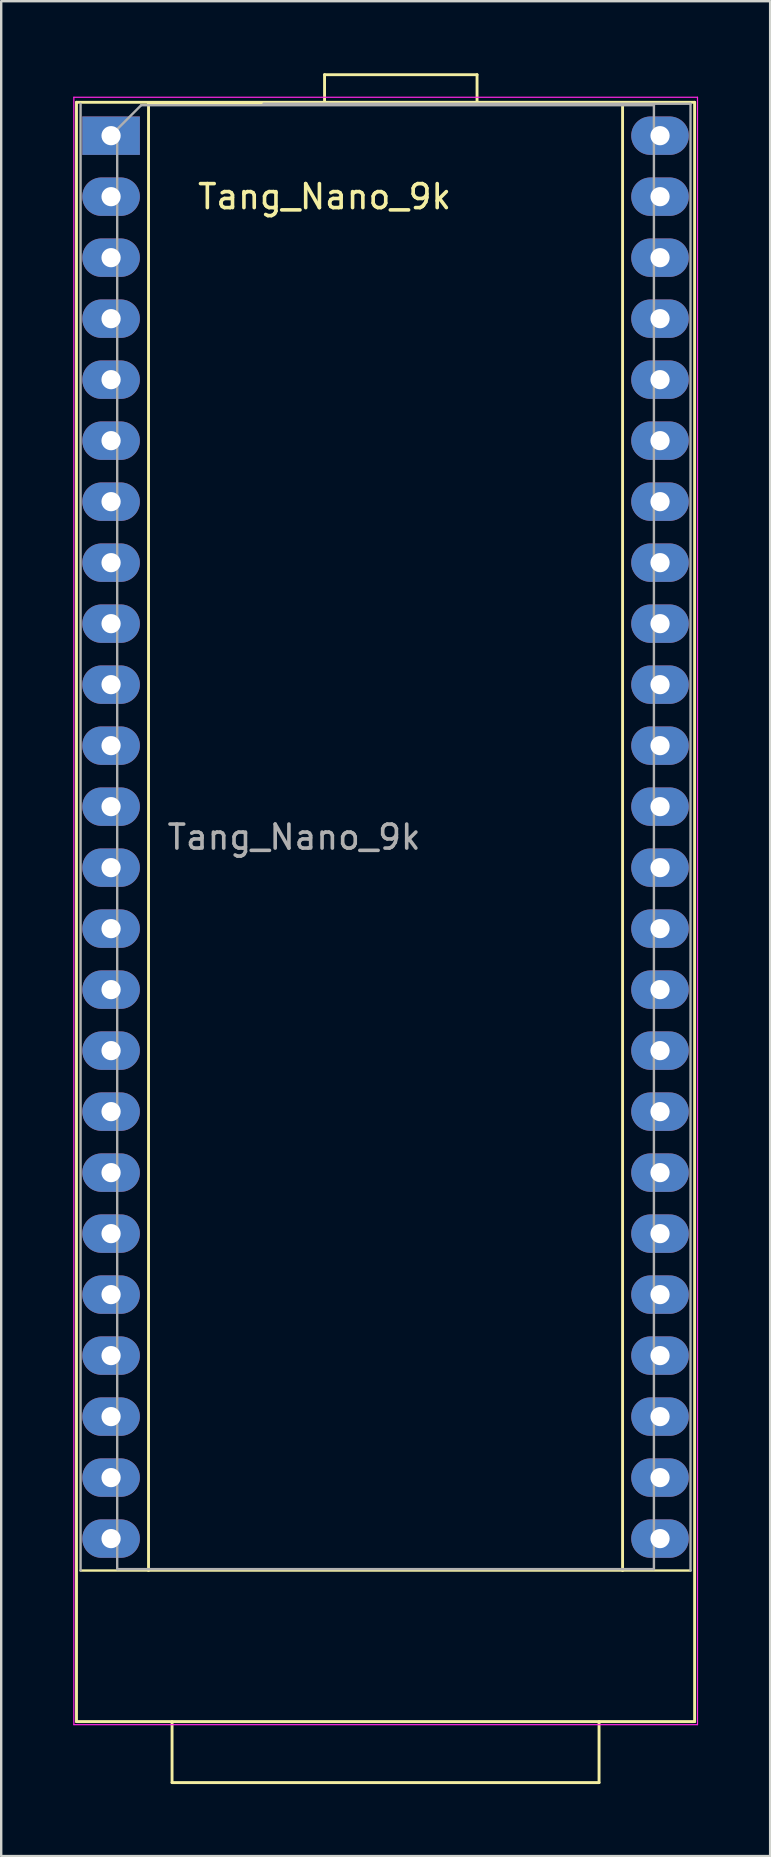
<source format=kicad_pcb>
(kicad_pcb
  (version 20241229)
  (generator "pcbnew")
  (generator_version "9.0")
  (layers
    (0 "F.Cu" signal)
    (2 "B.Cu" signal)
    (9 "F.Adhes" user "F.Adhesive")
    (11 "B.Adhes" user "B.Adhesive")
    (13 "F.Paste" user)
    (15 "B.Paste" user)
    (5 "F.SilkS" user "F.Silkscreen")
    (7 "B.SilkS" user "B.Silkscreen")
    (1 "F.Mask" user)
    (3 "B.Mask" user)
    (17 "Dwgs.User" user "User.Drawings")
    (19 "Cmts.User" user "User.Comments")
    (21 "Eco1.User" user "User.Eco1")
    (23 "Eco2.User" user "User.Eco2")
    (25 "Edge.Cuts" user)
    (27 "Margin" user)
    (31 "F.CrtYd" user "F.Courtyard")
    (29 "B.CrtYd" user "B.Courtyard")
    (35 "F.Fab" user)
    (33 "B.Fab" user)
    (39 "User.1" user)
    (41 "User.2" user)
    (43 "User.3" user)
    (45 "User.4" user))
  (footprint "Tang_Nano_9k"
    (layer "F.Cu")
    (at 1.575 2.6)
    (property "Reference" "Tang_Nano_9k" (at 8.89 2.54 0) (layer "F.SilkS") (effects (font (size 1 1) (thickness 0.15))))
    (attr through_hole)
    (fp_line (start -1.44 -1.39) (end -1.44 66.04) (stroke (width 0.12) (type solid)) (layer "F.SilkS"))
    (fp_line (start -1.44 66.04) (end 24.3 66.04) (stroke (width 0.12) (type solid)) (layer "F.SilkS"))
    (fp_line (start -1.27 59.75) (end 24.13 59.75) (stroke (width 0.1) (type solid)) (layer "F.SilkS"))
    (fp_line (start 1.56 -1.33) (end 1.56 59.75) (stroke (width 0.12) (type solid)) (layer "F.SilkS"))
    (fp_line (start 2.54 66.04) (end 2.54 68.58) (stroke (width 0.12) (type solid)) (layer "F.SilkS"))
    (fp_line (start 2.54 68.58) (end 20.32 68.58) (stroke (width 0.12) (type solid)) (layer "F.SilkS"))
    (fp_line (start 8.89 -2.54) (end 15.24 -2.54) (stroke (width 0.12) (type solid)) (layer "F.SilkS"))
    (fp_line (start 8.89 -1.33) (end 8.89 -2.54) (stroke (width 0.12) (type solid)) (layer "F.SilkS"))
    (fp_line (start 15.24 -2.54) (end 15.24 -1.397) (stroke (width 0.12) (type solid)) (layer "F.SilkS"))
    (fp_line (start 16.51 -1.33) (end 1.56 -1.33) (stroke (width 0.12) (type solid)) (layer "F.SilkS"))
    (fp_line (start 20.32 68.58) (end 20.32 66.04) (stroke (width 0.12) (type solid)) (layer "F.SilkS"))
    (fp_line (start 21.3 -1.33) (end 16.24 -1.33) (stroke (width 0.12) (type solid)) (layer "F.SilkS"))
    (fp_line (start 21.3 59.75) (end 21.3 -1.33) (stroke (width 0.12) (type solid)) (layer "F.SilkS"))
    (fp_line (start 24.3 -1.39) (end -1.44 -1.39) (stroke (width 0.12) (type solid)) (layer "F.SilkS"))
    (fp_line (start 24.3 66.04) (end 24.3 -1.39) (stroke (width 0.12) (type solid)) (layer "F.SilkS"))
    (fp_line (start -1.55 -1.6) (end -1.55 66.167) (stroke (width 0.05) (type solid)) (layer "F.CrtYd"))
    (fp_line (start -1.55 66.167) (end 24.42 66.167) (stroke (width 0.05) (type solid)) (layer "F.CrtYd"))
    (fp_line (start 24.42 -1.6) (end -1.55 -1.6) (stroke (width 0.05) (type solid)) (layer "F.CrtYd"))
    (fp_line (start 24.42 66.167) (end 24.42 -1.6) (stroke (width 0.05) (type solid)) (layer "F.CrtYd"))
    (fp_line (start -1.27 -1.33) (end -1.27 59.75) (stroke (width 0.1) (type solid)) (layer "F.Fab"))
    (fp_line (start 0.255 -0.27) (end 1.255 -1.27) (stroke (width 0.1) (type solid)) (layer "F.Fab"))
    (fp_line (start 0.255 59.69) (end 0.255 -0.27) (stroke (width 0.1) (type solid)) (layer "F.Fab"))
    (fp_line (start 1.255 -1.27) (end 22.605 -1.27) (stroke (width 0.1) (type solid)) (layer "F.Fab"))
    (fp_line (start 22.605 -1.27) (end 22.605 59.69) (stroke (width 0.1) (type solid)) (layer "F.Fab"))
    (fp_line (start 22.605 59.69) (end 0.255 59.69) (stroke (width 0.1) (type solid)) (layer "F.Fab"))
    (fp_line (start 24.13 -1.33) (end 6.35 -1.33) (stroke (width 0.1) (type solid)) (layer "F.Fab"))
    (fp_line (start 24.13 59.75) (end 24.13 -1.33) (stroke (width 0.1) (type solid)) (layer "F.Fab"))
    (fp_text user "${REFERENCE}" (at 7.62 29.21 0) (layer "F.Fab") (effects (font (size 1 1) (thickness 0.15))))
    (pad "1" thru_hole rect (at 0 0) (size 2.4 1.6) (drill 0.8) (layers "*.Cu" "*.Mask"))
    (pad "2" thru_hole oval (at 0 2.54) (size 2.4 1.6) (drill 0.8) (layers "*.Cu" "*.Mask"))
    (pad "3" thru_hole oval (at 0 5.08) (size 2.4 1.6) (drill 0.8) (layers "*.Cu" "*.Mask"))
    (pad "4" thru_hole oval (at 0 7.62) (size 2.4 1.6) (drill 0.8) (layers "*.Cu" "*.Mask"))
    (pad "5" thru_hole oval (at 0 10.16) (size 2.4 1.6) (drill 0.8) (layers "*.Cu" "*.Mask"))
    (pad "6" thru_hole oval (at 0 12.7) (size 2.4 1.6) (drill 0.8) (layers "*.Cu" "*.Mask"))
    (pad "7" thru_hole oval (at 0 15.24) (size 2.4 1.6) (drill 0.8) (layers "*.Cu" "*.Mask"))
    (pad "8" thru_hole oval (at 0 17.78) (size 2.4 1.6) (drill 0.8) (layers "*.Cu" "*.Mask"))
    (pad "9" thru_hole oval (at 0 20.32) (size 2.4 1.6) (drill 0.8) (layers "*.Cu" "*.Mask"))
    (pad "10" thru_hole oval (at 0 22.86) (size 2.4 1.6) (drill 0.8) (layers "*.Cu" "*.Mask"))
    (pad "11" thru_hole oval (at 0 25.4) (size 2.4 1.6) (drill 0.8) (layers "*.Cu" "*.Mask"))
    (pad "12" thru_hole oval (at 0 27.94) (size 2.4 1.6) (drill 0.8) (layers "*.Cu" "*.Mask"))
    (pad "13" thru_hole oval (at 0 30.48) (size 2.4 1.6) (drill 0.8) (layers "*.Cu" "*.Mask"))
    (pad "14" thru_hole oval (at 0 33.02) (size 2.4 1.6) (drill 0.8) (layers "*.Cu" "*.Mask"))
    (pad "15" thru_hole oval (at 0 35.56) (size 2.4 1.6) (drill 0.8) (layers "*.Cu" "*.Mask"))
    (pad "16" thru_hole oval (at 0 38.1) (size 2.4 1.6) (drill 0.8) (layers "*.Cu" "*.Mask"))
    (pad "17" thru_hole oval (at 0 40.64) (size 2.4 1.6) (drill 0.8) (layers "*.Cu" "*.Mask"))
    (pad "18" thru_hole oval (at 0 43.18) (size 2.4 1.6) (drill 0.8) (layers "*.Cu" "*.Mask"))
    (pad "19" thru_hole oval (at 0 45.72) (size 2.4 1.6) (drill 0.8) (layers "*.Cu" "*.Mask"))
    (pad "20" thru_hole oval (at 0 48.26) (size 2.4 1.6) (drill 0.8) (layers "*.Cu" "*.Mask"))
    (pad "21" thru_hole oval (at 0 50.8) (size 2.4 1.6) (drill 0.8) (layers "*.Cu" "*.Mask"))
    (pad "22" thru_hole oval (at 0 53.34) (size 2.4 1.6) (drill 0.8) (layers "*.Cu" "*.Mask"))
    (pad "23" thru_hole oval (at 0 55.88) (size 2.4 1.6) (drill 0.8) (layers "*.Cu" "*.Mask"))
    (pad "24" thru_hole oval (at 0 58.42) (size 2.4 1.6) (drill 0.8) (layers "*.Cu" "*.Mask"))
    (pad "25" thru_hole oval (at 22.86 58.42) (size 2.4 1.6) (drill 0.8) (layers "*.Cu" "*.Mask"))
    (pad "26" thru_hole oval (at 22.86 55.88) (size 2.4 1.6) (drill 0.8) (layers "*.Cu" "*.Mask"))
    (pad "27" thru_hole oval (at 22.86 53.34) (size 2.4 1.6) (drill 0.8) (layers "*.Cu" "*.Mask"))
    (pad "28" thru_hole oval (at 22.86 50.8) (size 2.4 1.6) (drill 0.8) (layers "*.Cu" "*.Mask"))
    (pad "29" thru_hole oval (at 22.86 48.26) (size 2.4 1.6) (drill 0.8) (layers "*.Cu" "*.Mask"))
    (pad "30" thru_hole oval (at 22.86 45.72) (size 2.4 1.6) (drill 0.8) (layers "*.Cu" "*.Mask"))
    (pad "31" thru_hole oval (at 22.86 43.18) (size 2.4 1.6) (drill 0.8) (layers "*.Cu" "*.Mask"))
    (pad "32" thru_hole oval (at 22.86 40.64) (size 2.4 1.6) (drill 0.8) (layers "*.Cu" "*.Mask"))
    (pad "33" thru_hole oval (at 22.86 38.1) (size 2.4 1.6) (drill 0.8) (layers "*.Cu" "*.Mask"))
    (pad "34" thru_hole oval (at 22.86 35.56) (size 2.4 1.6) (drill 0.8) (layers "*.Cu" "*.Mask"))
    (pad "35" thru_hole oval (at 22.86 33.02) (size 2.4 1.6) (drill 0.8) (layers "*.Cu" "*.Mask"))
    (pad "36" thru_hole oval (at 22.86 30.48) (size 2.4 1.6) (drill 0.8) (layers "*.Cu" "*.Mask"))
    (pad "37" thru_hole oval (at 22.86 27.94) (size 2.4 1.6) (drill 0.8) (layers "*.Cu" "*.Mask"))
    (pad "38" thru_hole oval (at 22.86 25.4) (size 2.4 1.6) (drill 0.8) (layers "*.Cu" "*.Mask"))
    (pad "39" thru_hole oval (at 22.86 22.86) (size 2.4 1.6) (drill 0.8) (layers "*.Cu" "*.Mask"))
    (pad "40" thru_hole oval (at 22.86 20.32) (size 2.4 1.6) (drill 0.8) (layers "*.Cu" "*.Mask"))
    (pad "41" thru_hole oval (at 22.86 17.78) (size 2.4 1.6) (drill 0.8) (layers "*.Cu" "*.Mask"))
    (pad "42" thru_hole oval (at 22.86 15.24) (size 2.4 1.6) (drill 0.8) (layers "*.Cu" "*.Mask"))
    (pad "43" thru_hole oval (at 22.86 12.7) (size 2.4 1.6) (drill 0.8) (layers "*.Cu" "*.Mask"))
    (pad "44" thru_hole oval (at 22.86 10.16) (size 2.4 1.6) (drill 0.8) (layers "*.Cu" "*.Mask"))
    (pad "45" thru_hole oval (at 22.86 7.62) (size 2.4 1.6) (drill 0.8) (layers "*.Cu" "*.Mask"))
    (pad "46" thru_hole oval (at 22.86 5.08) (size 2.4 1.6) (drill 0.8) (layers "*.Cu" "*.Mask"))
    (pad "47" thru_hole oval (at 22.86 2.54) (size 2.4 1.6) (drill 0.8) (layers "*.Cu" "*.Mask"))
    (pad "48" thru_hole oval (at 22.86 0) (size 2.4 1.6) (drill 0.8) (layers "*.Cu" "*.Mask")))
  (gr_rect
    (start -3 -3)
    (end 29.02 74.24)
    (stroke (width 0.1) (type default))
    (fill no)
    (layer "Edge.Cuts")))
</source>
